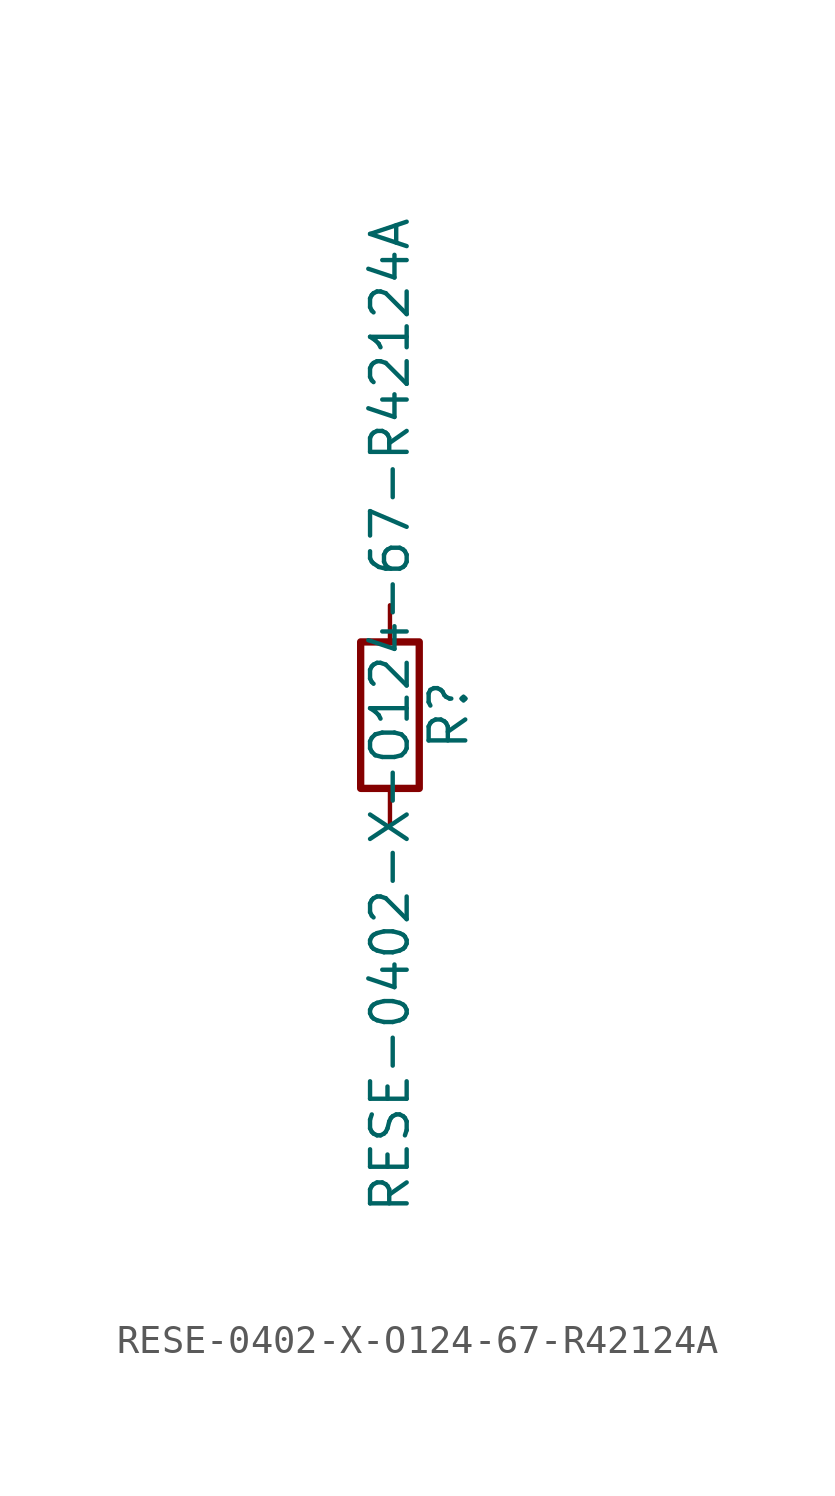
<source format=kicad_sym>
(kicad_symbol_lib
  (version 20211014)
  (generator kicad_symbol_editor)
  (symbol "RESE-0402-X-O124-67-R42124A"
    (pin_numbers hide)
    (pin_names
      (offset 0))
    (property "Reference" "R"
      (at 2.032 0 90)
      (effects (font (size 1.27 1.27))))
    (property "Value" "RESE-0402-X-O124-67-R42124A"
      (at 0 0 90)
      (effects (font (size 1.27 1.27))))
    (symbol "RESE-0402-X-O124-67-R42124A_0_1"
      (rectangle (start -1.016 -2.54) (end 1.016 2.54) (stroke (width 0.254) (type default) (color 0 0 0 0)) (fill (type none))))
    (symbol "RESE-0402-X-O124-67-R42124A_1_1"
      (pin passive line (at 0 3.81 270) (length 1.27) (name "~" (effects (font (size 1.27 1.27)))) (number "1" (effects (font (size 1.27 1.27)))))
      (pin passive line (at 0 -3.81 90) (length 1.27) (name "~" (effects (font (size 1.27 1.27)))) (number "2" (effects (font (size 1.27 1.27))))))))
</source>
